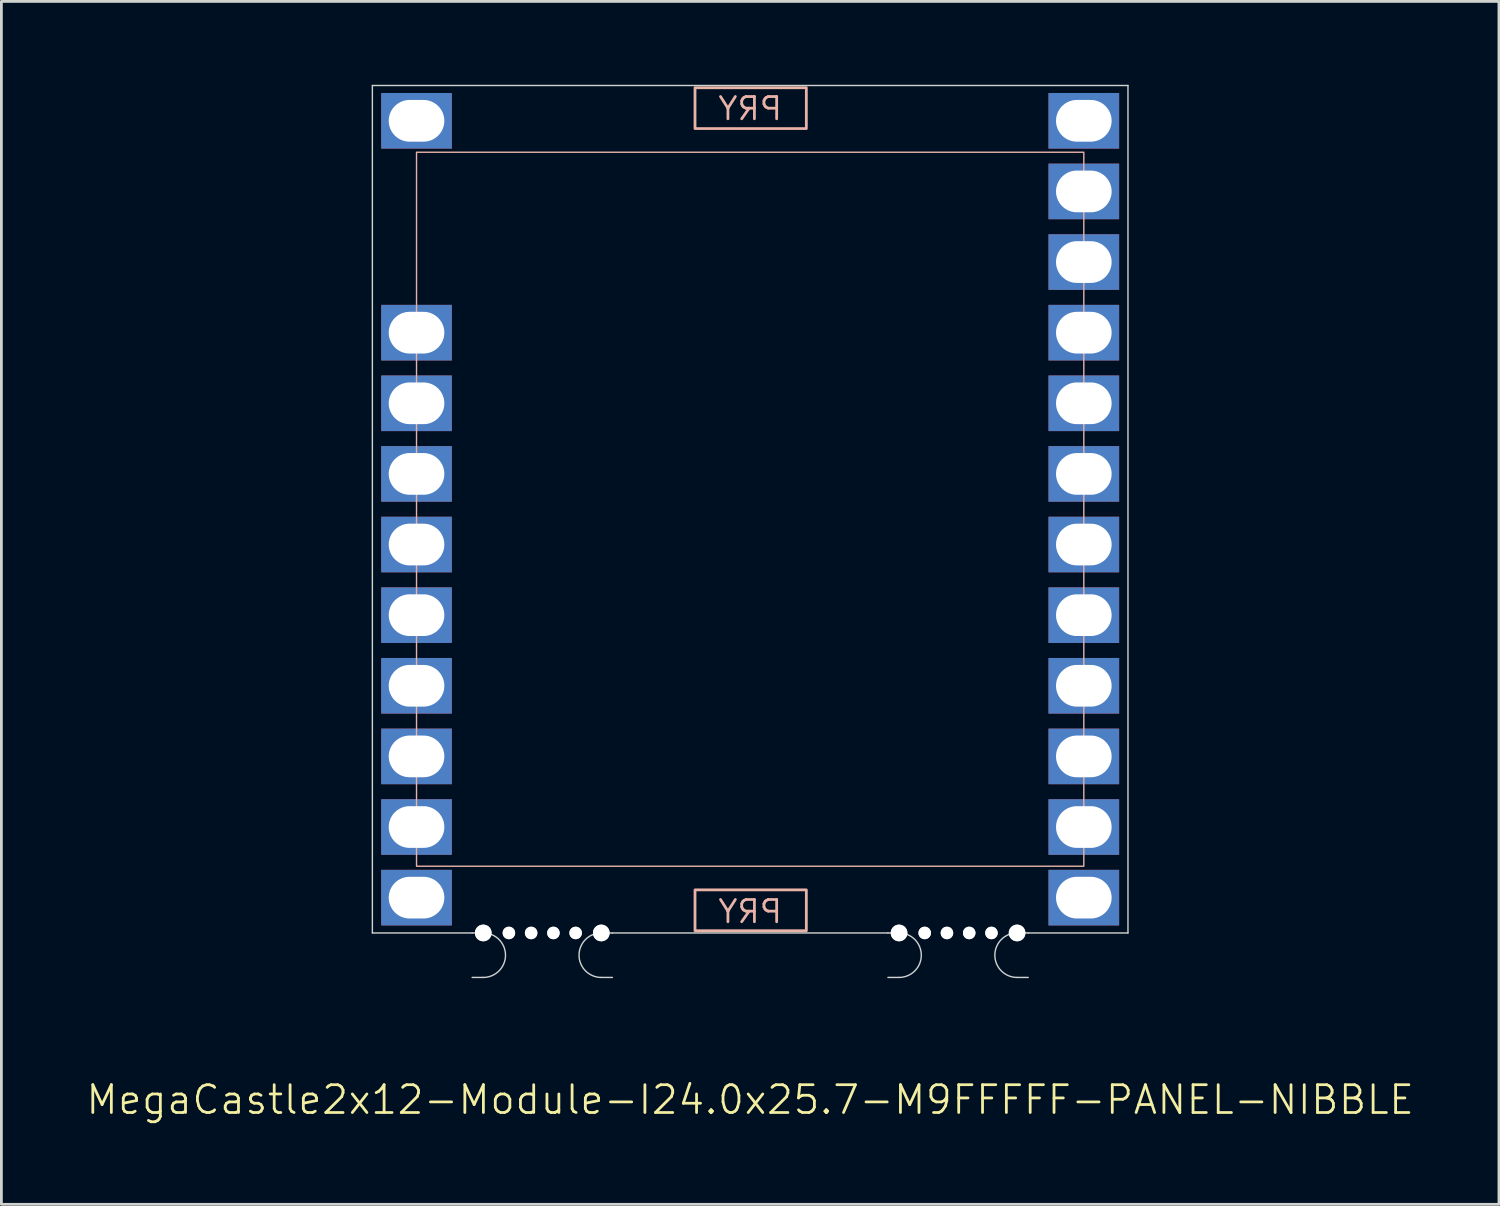
<source format=kicad_pcb>
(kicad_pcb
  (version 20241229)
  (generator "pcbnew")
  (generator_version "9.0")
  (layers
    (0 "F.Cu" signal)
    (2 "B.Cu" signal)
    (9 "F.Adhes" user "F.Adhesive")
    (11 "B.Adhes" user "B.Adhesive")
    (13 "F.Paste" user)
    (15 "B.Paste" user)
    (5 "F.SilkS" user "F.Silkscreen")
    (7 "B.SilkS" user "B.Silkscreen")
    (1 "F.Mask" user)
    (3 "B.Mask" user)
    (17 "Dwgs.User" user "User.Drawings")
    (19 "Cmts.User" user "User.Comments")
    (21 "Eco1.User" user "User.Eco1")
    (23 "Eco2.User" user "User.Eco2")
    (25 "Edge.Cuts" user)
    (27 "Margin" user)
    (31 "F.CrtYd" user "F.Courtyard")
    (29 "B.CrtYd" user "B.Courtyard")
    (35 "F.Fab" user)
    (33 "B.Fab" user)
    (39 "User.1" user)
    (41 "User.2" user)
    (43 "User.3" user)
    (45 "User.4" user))
  (footprint "MegaCastle2x12-Module-I24.0x25.7-M9FFFFF-PANEL-NIBBLE"
    (layer "F.Cu")
    (at 23.931 15.265)
    (property "Reference" "MegaCastle2x12-Module-I24.0x25.7-M9FFFFF-PANEL-NIBBLE" (at 0 21.24 0) (unlocked yes) (layer "F.SilkS") (effects (font (size 1 1) (thickness 0.1))))
    (attr smd)
    (fp_rect (start -12 12.84) (end 12 -12.84) (stroke (width 0.05) (type default)) (fill no) (layer "B.SilkS"))
    (fp_rect (start -1.984 -13.691) (end 2.02 -15.16) (stroke (width 0.1) (type default)) (fill no) (layer "B.SilkS"))
    (fp_rect (start -1.984 13.691) (end 2.02 15.16) (stroke (width 0.1) (type default)) (fill no) (layer "B.SilkS"))
    (fp_line (start -13.588 -15.24) (end -13.588 15.24) (stroke (width 0.05) (type default)) (layer "Edge.Cuts"))
    (fp_line (start -13.588 -15.24) (end 13.588 -15.24) (stroke (width 0.05) (type default)) (layer "Edge.Cuts"))
    (fp_line (start -13.588 15.24) (end -10 15.24) (stroke (width 0.05) (type default)) (layer "Edge.Cuts"))
    (fp_line (start -10 15.24) (end -9.6 15.24) (stroke (width 0.05) (type default)) (layer "Edge.Cuts"))
    (fp_line (start -10 16.84) (end -9.6 16.84) (stroke (width 0.05) (type default)) (layer "Edge.Cuts"))
    (fp_line (start -4.955 15.24) (end -5.355 15.24) (stroke (width 0.05) (type default)) (layer "Edge.Cuts"))
    (fp_line (start -4.955 15.24) (end 4.955 15.24) (stroke (width 0.05) (type default)) (layer "Edge.Cuts"))
    (fp_line (start -4.955 16.84) (end -5.355 16.84) (stroke (width 0.05) (type default)) (layer "Edge.Cuts"))
    (fp_line (start 4.955 15.24) (end 5.355 15.24) (stroke (width 0.05) (type default)) (layer "Edge.Cuts"))
    (fp_line (start 4.955 16.84) (end 5.355 16.84) (stroke (width 0.05) (type default)) (layer "Edge.Cuts"))
    (fp_line (start 10 15.24) (end 9.6 15.24) (stroke (width 0.05) (type default)) (layer "Edge.Cuts"))
    (fp_line (start 10 15.24) (end 13.588 15.24) (stroke (width 0.05) (type default)) (layer "Edge.Cuts"))
    (fp_line (start 10 16.84) (end 9.6 16.84) (stroke (width 0.05) (type default)) (layer "Edge.Cuts"))
    (fp_line (start 13.588 -15.24) (end 13.588 15.24) (stroke (width 0.05) (type default)) (layer "Edge.Cuts"))
    (fp_arc (start -9.6 15.24) (mid -8.8 16.040001) (end -9.6 16.84) (stroke (width 0.05) (type default)) (layer "Edge.Cuts"))
    (fp_arc (start -5.355 16.84) (mid -6.155 16.04) (end -5.355 15.24) (stroke (width 0.05) (type default)) (layer "Edge.Cuts"))
    (fp_arc (start 5.355 15.24) (mid 6.155 16.040001) (end 5.355 16.84) (stroke (width 0.05) (type default)) (layer "Edge.Cuts"))
    (fp_arc (start 9.6 16.84) (mid 8.8 16.04) (end 9.6 15.24) (stroke (width 0.05) (type default)) (layer "Edge.Cuts"))
    (fp_text user "PRY" (at 0 -13.94 0) (unlocked yes) (layer "B.SilkS") (effects (font (size 0.8 0.8) (thickness 0.1)) (justify bottom mirror)))
    (fp_text user "PRY" (at 0 14.94 0) (unlocked yes) (layer "B.SilkS") (effects (font (size 0.8 0.8) (thickness 0.1)) (justify bottom mirror)))
    (pad "" np_thru_hole circle (at -9.6 15.24) (size 0.6 0.6) (drill 0.6) (layers "*.Cu" "Edge.Cuts"))
    (pad "" np_thru_hole circle (at -8.678 15.24) (size 0.45 0.45) (drill 0.45) (layers "*.Cu" "Edge.Cuts"))
    (pad "" np_thru_hole circle (at -7.878 15.24) (size 0.45 0.45) (drill 0.45) (layers "*.Cu" "Edge.Cuts"))
    (pad "" np_thru_hole circle (at -7.077 15.24) (size 0.45 0.45) (drill 0.45) (layers "*.Cu" "Edge.Cuts"))
    (pad "" np_thru_hole circle (at -6.277 15.24) (size 0.45 0.45) (drill 0.45) (layers "*.Cu" "Edge.Cuts"))
    (pad "" np_thru_hole circle (at -5.355 15.24) (size 0.6 0.6) (drill 0.6) (layers "*.Cu" "Edge.Cuts"))
    (pad "" np_thru_hole circle (at 5.355 15.24) (size 0.6 0.6) (drill 0.6) (layers "*.Cu" "Edge.Cuts"))
    (pad "" np_thru_hole circle (at 6.277 15.24) (size 0.45 0.45) (drill 0.45) (layers "*.Cu" "Edge.Cuts"))
    (pad "" np_thru_hole circle (at 7.077 15.24) (size 0.45 0.45) (drill 0.45) (layers "*.Cu" "Edge.Cuts"))
    (pad "" np_thru_hole circle (at 7.878 15.24) (size 0.45 0.45) (drill 0.45) (layers "*.Cu" "Edge.Cuts"))
    (pad "" np_thru_hole circle (at 8.678 15.24) (size 0.45 0.45) (drill 0.45) (layers "*.Cu" "Edge.Cuts"))
    (pad "" np_thru_hole circle (at 9.6 15.24) (size 0.6 0.6) (drill 0.6) (layers "*.Cu" "Edge.Cuts"))
    (pad "1" thru_hole rect (at -12 -13.97) (size 2.54 2) (drill oval 2 1.5) (property pad_prop_castellated) (layers "*.Cu" "*.Mask"))
    (pad "4" thru_hole rect (at -12 -6.35) (size 2.54 2) (drill oval 2 1.5) (property pad_prop_castellated) (layers "*.Cu" "*.Mask"))
    (pad "5" thru_hole rect (at -12 -3.81) (size 2.54 2) (drill oval 2 1.5) (property pad_prop_castellated) (layers "*.Cu" "*.Mask"))
    (pad "6" thru_hole rect (at -12 -1.27) (size 2.54 2) (drill oval 2 1.5) (property pad_prop_castellated) (layers "*.Cu" "*.Mask"))
    (pad "7" thru_hole rect (at -12 1.27) (size 2.54 2) (drill oval 2 1.5) (property pad_prop_castellated) (layers "*.Cu" "*.Mask"))
    (pad "8" thru_hole rect (at -12 3.81) (size 2.54 2) (drill oval 2 1.5) (property pad_prop_castellated) (layers "*.Cu" "*.Mask"))
    (pad "9" thru_hole rect (at -12 6.35) (size 2.54 2) (drill oval 2 1.5) (property pad_prop_castellated) (layers "*.Cu" "*.Mask"))
    (pad "10" thru_hole rect (at -12 8.89) (size 2.54 2) (drill oval 2 1.5) (property pad_prop_castellated) (layers "*.Cu" "*.Mask"))
    (pad "11" thru_hole rect (at -12 11.43) (size 2.54 2) (drill oval 2 1.5) (property pad_prop_castellated) (layers "*.Cu" "*.Mask"))
    (pad "12" thru_hole rect (at -12 13.97) (size 2.54 2) (drill oval 2 1.5) (property pad_prop_castellated) (layers "*.Cu" "*.Mask"))
    (pad "13" thru_hole rect (at 12 -13.97) (size 2.54 2) (drill oval 2 1.5) (property pad_prop_castellated) (layers "*.Cu" "*.Mask"))
    (pad "14" thru_hole rect (at 12 -11.43) (size 2.54 2) (drill oval 2 1.5) (property pad_prop_castellated) (layers "*.Cu" "*.Mask"))
    (pad "15" thru_hole rect (at 12 -8.89) (size 2.54 2) (drill oval 2 1.5) (property pad_prop_castellated) (layers "*.Cu" "*.Mask"))
    (pad "16" thru_hole rect (at 12 -6.35) (size 2.54 2) (drill oval 2 1.5) (property pad_prop_castellated) (layers "*.Cu" "*.Mask"))
    (pad "17" thru_hole rect (at 12 -3.81) (size 2.54 2) (drill oval 2 1.5) (property pad_prop_castellated) (layers "*.Cu" "*.Mask"))
    (pad "18" thru_hole rect (at 12 -1.27) (size 2.54 2) (drill oval 2 1.5) (property pad_prop_castellated) (layers "*.Cu" "*.Mask"))
    (pad "19" thru_hole rect (at 12 1.27) (size 2.54 2) (drill oval 2 1.5) (property pad_prop_castellated) (layers "*.Cu" "*.Mask"))
    (pad "20" thru_hole rect (at 12 3.81) (size 2.54 2) (drill oval 2 1.5) (property pad_prop_castellated) (layers "*.Cu" "*.Mask"))
    (pad "21" thru_hole rect (at 12 6.35) (size 2.54 2) (drill oval 2 1.5) (property pad_prop_castellated) (layers "*.Cu" "*.Mask"))
    (pad "22" thru_hole rect (at 12 8.89) (size 2.54 2) (drill oval 2 1.5) (property pad_prop_castellated) (layers "*.Cu" "*.Mask"))
    (pad "23" thru_hole rect (at 12 11.43) (size 2.54 2) (drill oval 2 1.5) (property pad_prop_castellated) (layers "*.Cu" "*.Mask"))
    (pad "24" thru_hole rect (at 12 13.97) (size 2.54 2) (drill oval 2 1.5) (property pad_prop_castellated) (layers "*.Cu" "*.Mask"))
    (zone (net_name "") (layer "B.Cu") (hatch edge 0.5) (connect_pads) (min_thickness 0.25) (filled_areas_thickness no) (keepout (tracks allowed) (vias allowed) (pads allowed) (copperpour allowed) (footprints not_allowed)) (placement (enabled no)) (fill) (polygon (pts (xy 11.931 30.505) (xy 11.931 0.025))))
    (zone (net_name "") (layer "B.Cu") (hatch edge 0.5) (connect_pads) (min_thickness 0.25) (filled_areas_thickness no) (keepout (tracks allowed) (vias allowed) (pads allowed) (copperpour allowed) (footprints not_allowed)) (placement (enabled no)) (fill) (polygon (pts (xy 35.931 30.505) (xy 35.931 0.025))))
    (zone (net_name "") (layer "B.Cu") (hatch edge 0.5) (connect_pads) (min_thickness 0.25) (filled_areas_thickness no) (keepout (tracks allowed) (vias allowed) (pads allowed) (copperpour allowed) (footprints not_allowed)) (placement (enabled no)) (fill) (polygon (pts (xy 11.931 0.025) (xy 11.931 2.425) (xy 35.931 2.425) (xy 35.931 0.025))))
    (zone (net_name "") (layer "B.Cu") (hatch edge 0.5) (connect_pads) (min_thickness 0.25) (filled_areas_thickness no) (keepout (tracks allowed) (vias allowed) (pads allowed) (copperpour allowed) (footprints not_allowed)) (placement (enabled no)) (fill) (polygon (pts (xy 11.931 30.505) (xy 11.931 28.105) (xy 35.931 28.105) (xy 35.931 30.505))))
    (zone (net_name "") (layer "B.Cu") (name "Upper Pry Zone") (hatch edge 0.5) (connect_pads) (min_thickness 0.25) (filled_areas_thickness no) (keepout (tracks not_allowed) (vias not_allowed) (pads not_allowed) (copperpour allowed) (footprints not_allowed)) (placement (enabled no)) (fill) (polygon (pts (xy 21.947 1.574) (xy 21.947 0.105) (xy 25.95 0.105) (xy 25.95 1.574))))
    (zone (net_name "") (layer "B.Cu") (name "Upper Pry Zone") (hatch edge 0.5) (connect_pads) (min_thickness 0.25) (filled_areas_thickness no) (keepout (tracks not_allowed) (vias not_allowed) (pads not_allowed) (copperpour allowed) (footprints not_allowed)) (placement (enabled no)) (fill) (polygon (pts (xy 21.947 28.956) (xy 21.947 30.425) (xy 25.95 30.425) (xy 25.95 28.956)))))
  (gr_rect
    (start -3 -3)
    (end 50.862 40.266)
    (stroke (width 0.1) (type default))
    (fill no)
    (layer "Edge.Cuts")))
</source>
